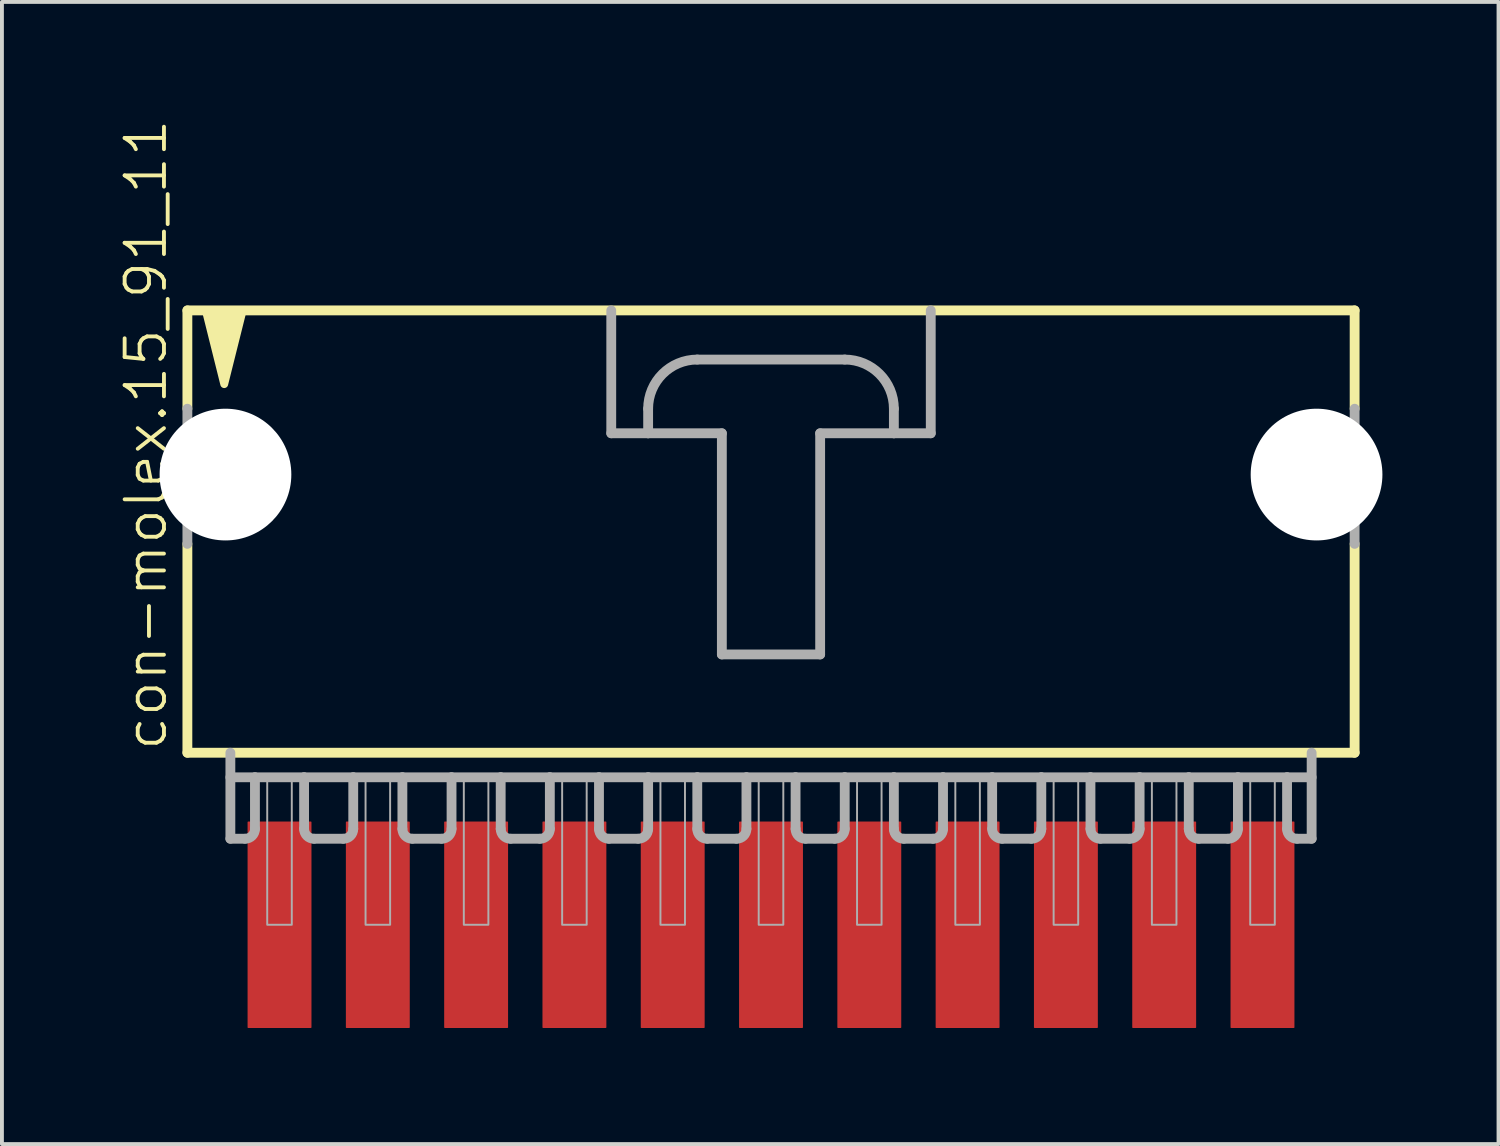
<source format=kicad_pcb>
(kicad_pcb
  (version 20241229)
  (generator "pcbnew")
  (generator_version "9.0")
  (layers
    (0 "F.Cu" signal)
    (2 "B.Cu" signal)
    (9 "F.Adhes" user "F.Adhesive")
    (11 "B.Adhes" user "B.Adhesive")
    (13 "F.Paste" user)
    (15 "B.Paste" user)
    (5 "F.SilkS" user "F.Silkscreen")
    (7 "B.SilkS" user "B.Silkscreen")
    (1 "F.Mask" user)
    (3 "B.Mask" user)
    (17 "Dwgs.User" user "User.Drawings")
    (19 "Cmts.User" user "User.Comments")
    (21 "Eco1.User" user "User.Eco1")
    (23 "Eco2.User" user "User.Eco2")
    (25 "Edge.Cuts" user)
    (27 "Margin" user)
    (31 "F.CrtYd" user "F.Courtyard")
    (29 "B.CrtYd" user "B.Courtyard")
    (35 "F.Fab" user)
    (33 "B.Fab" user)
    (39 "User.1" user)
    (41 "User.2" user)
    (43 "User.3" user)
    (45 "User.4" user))
  (footprint "con-molex.15_91_11"
    (layer "F.Cu")
    (at 16.873 10.051)
    (property "Reference" "con-molex.15_91_11" (at -15.557 6.35 90) (layer "F.SilkS") (effects (font (size 1.016 1.016) (thickness 0.1)) (justify left bottom)))
    (attr smd)
    (fp_line (start -15.081 -5.08) (end -15.081 -2.54) (stroke (width 0.254) (type default)) (layer "F.SilkS"))
    (fp_line (start -15.081 0.953) (end -15.081 6.35) (stroke (width 0.254) (type default)) (layer "F.SilkS"))
    (fp_line (start -15.081 6.35) (end 15.081 6.35) (stroke (width 0.254) (type default)) (layer "F.SilkS"))
    (fp_line (start 15.081 -5.08) (end -15.081 -5.08) (stroke (width 0.254) (type default)) (layer "F.SilkS"))
    (fp_line (start 15.081 -2.54) (end 15.081 -5.08) (stroke (width 0.254) (type default)) (layer "F.SilkS"))
    (fp_line (start 15.081 6.35) (end 15.081 0.953) (stroke (width 0.254) (type default)) (layer "F.SilkS"))
    (fp_poly (pts (xy -14.605 -5.08) (xy -14.129 -3.175) (xy -13.652 -5.08)) (stroke (width 0.203) (type default)) (fill yes) (layer "F.SilkS"))
    (fp_line (start -15.081 -2.54) (end -15.081 0.953) (stroke (width 0.254) (type default)) (layer "F.Fab"))
    (fp_line (start -13.97 6.35) (end -13.97 8.572) (stroke (width 0.254) (type default)) (layer "F.Fab"))
    (fp_line (start -13.97 6.985) (end -13.335 6.985) (stroke (width 0.254) (type default)) (layer "F.Fab"))
    (fp_line (start -13.589 8.572) (end -13.97 8.572) (stroke (width 0.254) (type default)) (layer "F.Fab"))
    (fp_line (start -13.335 6.985) (end -13.335 8.319) (stroke (width 0.254) (type default)) (layer "F.Fab"))
    (fp_line (start -13.335 6.985) (end -12.065 6.985) (stroke (width 0.254) (type default)) (layer "F.Fab"))
    (fp_line (start -12.065 6.985) (end -12.065 8.319) (stroke (width 0.254) (type default)) (layer "F.Fab"))
    (fp_line (start -12.065 6.985) (end -10.795 6.985) (stroke (width 0.254) (type default)) (layer "F.Fab"))
    (fp_line (start -11.049 8.572) (end -11.811 8.572) (stroke (width 0.254) (type default)) (layer "F.Fab"))
    (fp_line (start -10.795 6.985) (end -10.795 8.319) (stroke (width 0.254) (type default)) (layer "F.Fab"))
    (fp_line (start -10.795 6.985) (end -9.525 6.985) (stroke (width 0.254) (type default)) (layer "F.Fab"))
    (fp_line (start -9.525 6.985) (end -9.525 8.319) (stroke (width 0.254) (type default)) (layer "F.Fab"))
    (fp_line (start -9.525 6.985) (end -8.255 6.985) (stroke (width 0.254) (type default)) (layer "F.Fab"))
    (fp_line (start -8.509 8.572) (end -9.271 8.572) (stroke (width 0.254) (type default)) (layer "F.Fab"))
    (fp_line (start -8.255 6.985) (end -8.255 8.319) (stroke (width 0.254) (type default)) (layer "F.Fab"))
    (fp_line (start -8.255 6.985) (end -6.985 6.985) (stroke (width 0.254) (type default)) (layer "F.Fab"))
    (fp_line (start -6.985 6.985) (end -6.985 8.319) (stroke (width 0.254) (type default)) (layer "F.Fab"))
    (fp_line (start -6.985 6.985) (end -5.715 6.985) (stroke (width 0.254) (type default)) (layer "F.Fab"))
    (fp_line (start -5.969 8.572) (end -6.731 8.572) (stroke (width 0.254) (type default)) (layer "F.Fab"))
    (fp_line (start -5.715 6.985) (end -5.715 8.319) (stroke (width 0.254) (type default)) (layer "F.Fab"))
    (fp_line (start -5.715 6.985) (end -4.445 6.985) (stroke (width 0.254) (type default)) (layer "F.Fab"))
    (fp_line (start -4.445 6.985) (end -4.445 8.319) (stroke (width 0.254) (type default)) (layer "F.Fab"))
    (fp_line (start -4.445 6.985) (end -3.175 6.985) (stroke (width 0.254) (type default)) (layer "F.Fab"))
    (fp_line (start -4.128 -5.08) (end -4.128 -1.905) (stroke (width 0.254) (type default)) (layer "F.Fab"))
    (fp_line (start -4.128 -1.905) (end -3.175 -1.905) (stroke (width 0.254) (type default)) (layer "F.Fab"))
    (fp_line (start -3.429 8.572) (end -4.191 8.572) (stroke (width 0.254) (type default)) (layer "F.Fab"))
    (fp_line (start -3.175 -1.905) (end -3.175 -2.54) (stroke (width 0.254) (type default)) (layer "F.Fab"))
    (fp_line (start -3.175 -1.905) (end -1.27 -1.905) (stroke (width 0.254) (type default)) (layer "F.Fab"))
    (fp_line (start -3.175 6.985) (end -3.175 8.319) (stroke (width 0.254) (type default)) (layer "F.Fab"))
    (fp_line (start -3.175 6.985) (end -1.905 6.985) (stroke (width 0.254) (type default)) (layer "F.Fab"))
    (fp_line (start -1.905 -3.81) (end 1.905 -3.81) (stroke (width 0.254) (type default)) (layer "F.Fab"))
    (fp_line (start -1.905 6.985) (end -1.905 8.319) (stroke (width 0.254) (type default)) (layer "F.Fab"))
    (fp_line (start -1.905 6.985) (end -0.635 6.985) (stroke (width 0.254) (type default)) (layer "F.Fab"))
    (fp_line (start -1.27 -1.905) (end -1.27 3.81) (stroke (width 0.254) (type default)) (layer "F.Fab"))
    (fp_line (start -1.27 3.81) (end 1.27 3.81) (stroke (width 0.254) (type default)) (layer "F.Fab"))
    (fp_line (start -0.889 8.572) (end -1.651 8.572) (stroke (width 0.254) (type default)) (layer "F.Fab"))
    (fp_line (start -0.635 6.985) (end -0.635 8.319) (stroke (width 0.254) (type default)) (layer "F.Fab"))
    (fp_line (start -0.635 6.985) (end 0.635 6.985) (stroke (width 0.254) (type default)) (layer "F.Fab"))
    (fp_line (start 0.635 6.985) (end 0.635 8.319) (stroke (width 0.254) (type default)) (layer "F.Fab"))
    (fp_line (start 0.635 6.985) (end 1.905 6.985) (stroke (width 0.254) (type default)) (layer "F.Fab"))
    (fp_line (start 1.27 -1.905) (end 3.175 -1.905) (stroke (width 0.254) (type default)) (layer "F.Fab"))
    (fp_line (start 1.27 3.81) (end 1.27 -1.905) (stroke (width 0.254) (type default)) (layer "F.Fab"))
    (fp_line (start 1.651 8.572) (end 0.889 8.572) (stroke (width 0.254) (type default)) (layer "F.Fab"))
    (fp_line (start 1.905 6.985) (end 1.905 8.319) (stroke (width 0.254) (type default)) (layer "F.Fab"))
    (fp_line (start 1.905 6.985) (end 3.175 6.985) (stroke (width 0.254) (type default)) (layer "F.Fab"))
    (fp_line (start 3.175 -2.54) (end 3.175 -1.905) (stroke (width 0.254) (type default)) (layer "F.Fab"))
    (fp_line (start 3.175 -1.905) (end 4.128 -1.905) (stroke (width 0.254) (type default)) (layer "F.Fab"))
    (fp_line (start 3.175 6.985) (end 3.175 8.319) (stroke (width 0.254) (type default)) (layer "F.Fab"))
    (fp_line (start 3.175 6.985) (end 4.445 6.985) (stroke (width 0.254) (type default)) (layer "F.Fab"))
    (fp_line (start 4.128 -1.905) (end 4.128 -5.08) (stroke (width 0.254) (type default)) (layer "F.Fab"))
    (fp_line (start 4.191 8.572) (end 3.429 8.572) (stroke (width 0.254) (type default)) (layer "F.Fab"))
    (fp_line (start 4.445 6.985) (end 4.445 8.319) (stroke (width 0.254) (type default)) (layer "F.Fab"))
    (fp_line (start 4.445 6.985) (end 5.715 6.985) (stroke (width 0.254) (type default)) (layer "F.Fab"))
    (fp_line (start 5.715 6.985) (end 5.715 8.319) (stroke (width 0.254) (type default)) (layer "F.Fab"))
    (fp_line (start 5.715 6.985) (end 6.985 6.985) (stroke (width 0.254) (type default)) (layer "F.Fab"))
    (fp_line (start 6.731 8.572) (end 5.969 8.572) (stroke (width 0.254) (type default)) (layer "F.Fab"))
    (fp_line (start 6.985 6.985) (end 6.985 8.319) (stroke (width 0.254) (type default)) (layer "F.Fab"))
    (fp_line (start 6.985 6.985) (end 8.255 6.985) (stroke (width 0.254) (type default)) (layer "F.Fab"))
    (fp_line (start 8.255 6.985) (end 8.255 8.319) (stroke (width 0.254) (type default)) (layer "F.Fab"))
    (fp_line (start 8.255 6.985) (end 9.525 6.985) (stroke (width 0.254) (type default)) (layer "F.Fab"))
    (fp_line (start 9.271 8.572) (end 8.509 8.572) (stroke (width 0.254) (type default)) (layer "F.Fab"))
    (fp_line (start 9.525 6.985) (end 9.525 8.319) (stroke (width 0.254) (type default)) (layer "F.Fab"))
    (fp_line (start 9.525 6.985) (end 10.795 6.985) (stroke (width 0.254) (type default)) (layer "F.Fab"))
    (fp_line (start 10.795 6.985) (end 10.795 8.319) (stroke (width 0.254) (type default)) (layer "F.Fab"))
    (fp_line (start 10.795 6.985) (end 12.065 6.985) (stroke (width 0.254) (type default)) (layer "F.Fab"))
    (fp_line (start 11.811 8.572) (end 11.049 8.572) (stroke (width 0.254) (type default)) (layer "F.Fab"))
    (fp_line (start 12.065 6.985) (end 12.065 8.319) (stroke (width 0.254) (type default)) (layer "F.Fab"))
    (fp_line (start 12.065 6.985) (end 13.335 6.985) (stroke (width 0.254) (type default)) (layer "F.Fab"))
    (fp_line (start 13.335 6.985) (end 13.335 8.319) (stroke (width 0.254) (type default)) (layer "F.Fab"))
    (fp_line (start 13.335 6.985) (end 13.97 6.985) (stroke (width 0.254) (type default)) (layer "F.Fab"))
    (fp_line (start 13.589 8.572) (end 13.97 8.572) (stroke (width 0.254) (type default)) (layer "F.Fab"))
    (fp_line (start 13.97 8.572) (end 13.97 6.35) (stroke (width 0.254) (type default)) (layer "F.Fab"))
    (fp_line (start 15.081 -2.54) (end 15.081 0.953) (stroke (width 0.254) (type default)) (layer "F.Fab"))
    (fp_rect (start -13.018 10.795) (end -12.383 6.985) (stroke (width 0.05) (type default)) (fill no) (layer "F.Fab"))
    (fp_rect (start -10.477 10.795) (end -9.842 6.985) (stroke (width 0.05) (type default)) (fill no) (layer "F.Fab"))
    (fp_rect (start -7.938 10.795) (end -7.303 6.985) (stroke (width 0.05) (type default)) (fill no) (layer "F.Fab"))
    (fp_rect (start -5.397 10.795) (end -4.763 6.985) (stroke (width 0.05) (type default)) (fill no) (layer "F.Fab"))
    (fp_rect (start -2.857 10.795) (end -2.223 6.985) (stroke (width 0.05) (type default)) (fill no) (layer "F.Fab"))
    (fp_rect (start -0.318 10.795) (end 0.318 6.985) (stroke (width 0.05) (type default)) (fill no) (layer "F.Fab"))
    (fp_rect (start 2.223 10.795) (end 2.857 6.985) (stroke (width 0.05) (type default)) (fill no) (layer "F.Fab"))
    (fp_rect (start 4.763 10.795) (end 5.397 6.985) (stroke (width 0.05) (type default)) (fill no) (layer "F.Fab"))
    (fp_rect (start 7.303 10.795) (end 7.938 6.985) (stroke (width 0.05) (type default)) (fill no) (layer "F.Fab"))
    (fp_rect (start 9.842 10.795) (end 10.477 6.985) (stroke (width 0.05) (type default)) (fill no) (layer "F.Fab"))
    (fp_rect (start 12.383 10.795) (end 13.018 6.985) (stroke (width 0.05) (type default)) (fill no) (layer "F.Fab"))
    (fp_arc (start -13.335 8.3185) (mid -13.409395 8.498105) (end -13.589 8.5725) (stroke (width 0.254) (type default)) (layer "F.Fab"))
    (fp_arc (start -11.811 8.5725) (mid -11.990605 8.498105) (end -12.065 8.3185) (stroke (width 0.254) (type default)) (layer "F.Fab"))
    (fp_arc (start -10.795 8.3185) (mid -10.869395 8.498105) (end -11.049 8.5725) (stroke (width 0.254) (type default)) (layer "F.Fab"))
    (fp_arc (start -9.271 8.5725) (mid -9.450605 8.498105) (end -9.525 8.3185) (stroke (width 0.254) (type default)) (layer "F.Fab"))
    (fp_arc (start -8.255 8.3185) (mid -8.329395 8.498105) (end -8.509 8.5725) (stroke (width 0.254) (type default)) (layer "F.Fab"))
    (fp_arc (start -6.731 8.5725) (mid -6.910605 8.498105) (end -6.985 8.3185) (stroke (width 0.254) (type default)) (layer "F.Fab"))
    (fp_arc (start -5.715 8.3185) (mid -5.789395 8.498105) (end -5.969 8.5725) (stroke (width 0.254) (type default)) (layer "F.Fab"))
    (fp_arc (start -4.191 8.5725) (mid -4.370605 8.498105) (end -4.445 8.3185) (stroke (width 0.254) (type default)) (layer "F.Fab"))
    (fp_arc (start -3.175 -2.54) (mid -2.803026 -3.438026) (end -1.905 -3.81) (stroke (width 0.254) (type default)) (layer "F.Fab"))
    (fp_arc (start -3.175 8.3185) (mid -3.249395 8.498105) (end -3.429 8.5725) (stroke (width 0.254) (type default)) (layer "F.Fab"))
    (fp_arc (start -1.651 8.5725) (mid -1.830605 8.498105) (end -1.905 8.3185) (stroke (width 0.254) (type default)) (layer "F.Fab"))
    (fp_arc (start -0.635 8.3185) (mid -0.709395 8.498105) (end -0.889 8.5725) (stroke (width 0.254) (type default)) (layer "F.Fab"))
    (fp_arc (start 0.889 8.5725) (mid 0.709395 8.498105) (end 0.635 8.3185) (stroke (width 0.254) (type default)) (layer "F.Fab"))
    (fp_arc (start 1.905 -3.81) (mid 2.803026 -3.438026) (end 3.175 -2.54) (stroke (width 0.254) (type default)) (layer "F.Fab"))
    (fp_arc (start 1.905 8.3185) (mid 1.830605 8.498105) (end 1.651 8.5725) (stroke (width 0.254) (type default)) (layer "F.Fab"))
    (fp_arc (start 3.429 8.5725) (mid 3.249395 8.498105) (end 3.175 8.3185) (stroke (width 0.254) (type default)) (layer "F.Fab"))
    (fp_arc (start 4.445 8.3185) (mid 4.370605 8.498105) (end 4.191 8.5725) (stroke (width 0.254) (type default)) (layer "F.Fab"))
    (fp_arc (start 5.969 8.5725) (mid 5.789395 8.498105) (end 5.715 8.3185) (stroke (width 0.254) (type default)) (layer "F.Fab"))
    (fp_arc (start 6.985 8.3185) (mid 6.910605 8.498105) (end 6.731 8.5725) (stroke (width 0.254) (type default)) (layer "F.Fab"))
    (fp_arc (start 8.509 8.5725) (mid 8.329395 8.498105) (end 8.255 8.3185) (stroke (width 0.254) (type default)) (layer "F.Fab"))
    (fp_arc (start 9.525 8.3185) (mid 9.450605 8.498105) (end 9.271 8.5725) (stroke (width 0.254) (type default)) (layer "F.Fab"))
    (fp_arc (start 11.049 8.5725) (mid 10.869395 8.498105) (end 10.795 8.3185) (stroke (width 0.254) (type default)) (layer "F.Fab"))
    (fp_arc (start 12.065 8.3185) (mid 11.990605 8.498105) (end 11.811 8.5725) (stroke (width 0.254) (type default)) (layer "F.Fab"))
    (fp_arc (start 13.589 8.5725) (mid 13.409395 8.498105) (end 13.335 8.3185) (stroke (width 0.254) (type default)) (layer "F.Fab"))
    (pad "" np_thru_hole circle (at -14.097 -0.838) (size 3.404 3.404) (drill 3.404) (layers "*.Cu" "*.Mask"))
    (pad "" np_thru_hole circle (at 14.097 -0.838) (size 3.404 3.404) (drill 3.404) (layers "*.Cu" "*.Mask"))
    (pad "1" smd roundrect (at -12.7 10.795 90) (size 5.334 1.651) (layers "F.Cu" "F.Mask" "F.Paste") (roundrect_rratio 0.01))
    (pad "2" smd roundrect (at -10.16 10.795 90) (size 5.334 1.651) (layers "F.Cu" "F.Mask" "F.Paste") (roundrect_rratio 0.01))
    (pad "3" smd roundrect (at -7.62 10.795 90) (size 5.334 1.651) (layers "F.Cu" "F.Mask" "F.Paste") (roundrect_rratio 0.01))
    (pad "4" smd roundrect (at -5.08 10.795 90) (size 5.334 1.651) (layers "F.Cu" "F.Mask" "F.Paste") (roundrect_rratio 0.01))
    (pad "5" smd roundrect (at -2.54 10.795 90) (size 5.334 1.651) (layers "F.Cu" "F.Mask" "F.Paste") (roundrect_rratio 0.01))
    (pad "6" smd roundrect (at 0 10.795 90) (size 5.334 1.651) (layers "F.Cu" "F.Mask" "F.Paste") (roundrect_rratio 0.01))
    (pad "7" smd roundrect (at 2.54 10.795 90) (size 5.334 1.651) (layers "F.Cu" "F.Mask" "F.Paste") (roundrect_rratio 0.01))
    (pad "8" smd roundrect (at 5.08 10.795 90) (size 5.334 1.651) (layers "F.Cu" "F.Mask" "F.Paste") (roundrect_rratio 0.01))
    (pad "9" smd roundrect (at 7.62 10.795 90) (size 5.334 1.651) (layers "F.Cu" "F.Mask" "F.Paste") (roundrect_rratio 0.01))
    (pad "10" smd roundrect (at 10.16 10.795 90) (size 5.334 1.651) (layers "F.Cu" "F.Mask" "F.Paste") (roundrect_rratio 0.01))
    (pad "11" smd roundrect (at 12.7 10.795 90) (size 5.334 1.651) (layers "F.Cu" "F.Mask" "F.Paste") (roundrect_rratio 0.01)))
  (gr_rect
    (start -3 -3)
    (end 35.672 26.513)
    (stroke (width 0.1) (type default))
    (fill no)
    (layer "Edge.Cuts")))
</source>
